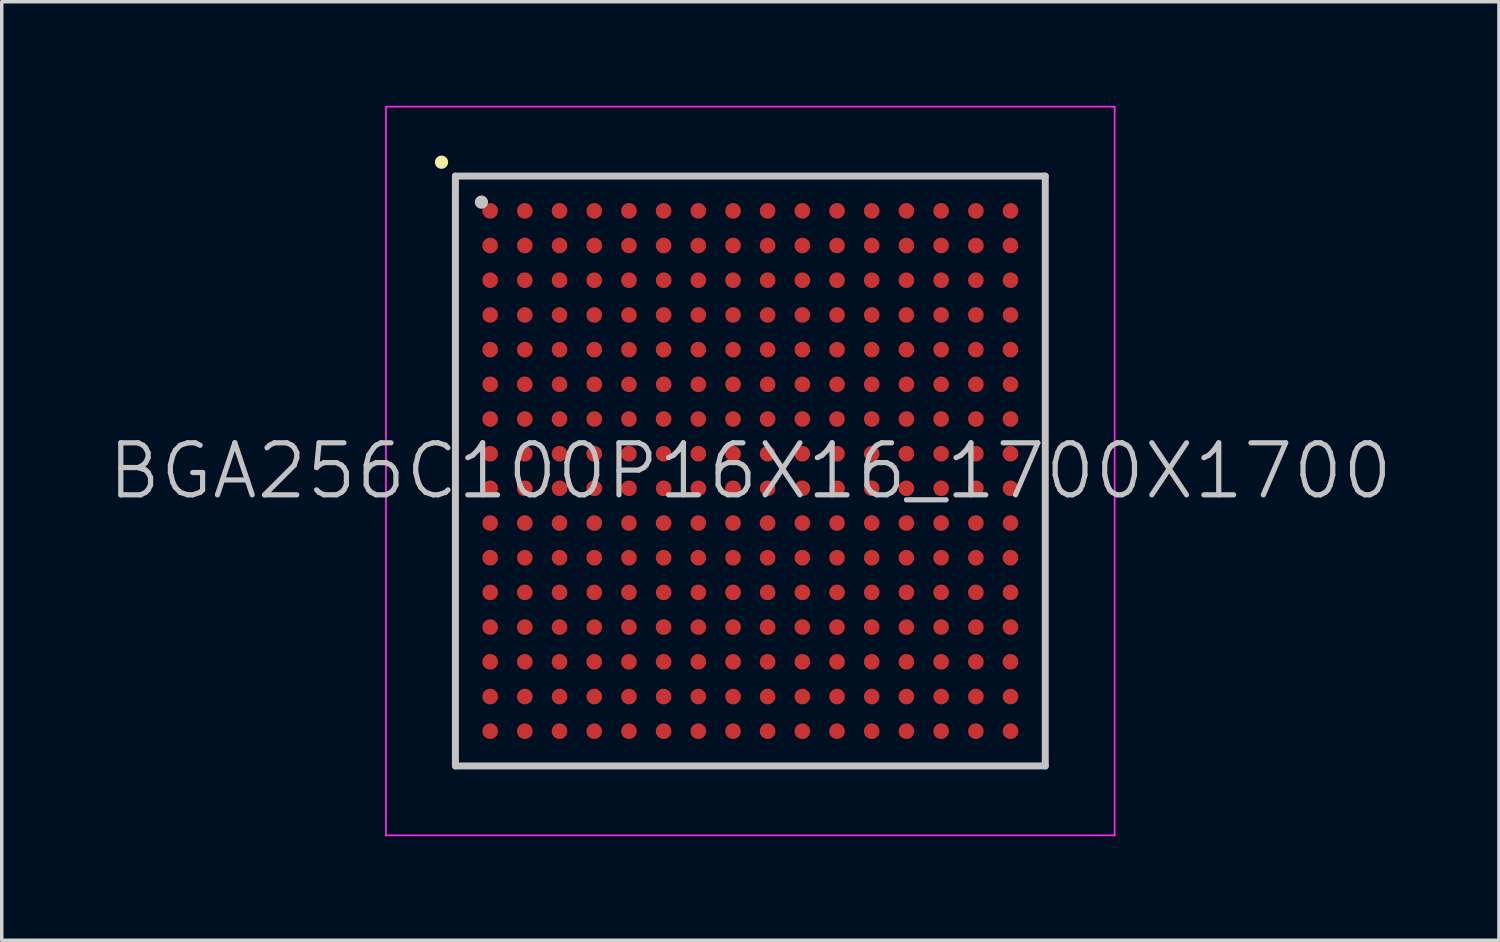
<source format=kicad_pcb>
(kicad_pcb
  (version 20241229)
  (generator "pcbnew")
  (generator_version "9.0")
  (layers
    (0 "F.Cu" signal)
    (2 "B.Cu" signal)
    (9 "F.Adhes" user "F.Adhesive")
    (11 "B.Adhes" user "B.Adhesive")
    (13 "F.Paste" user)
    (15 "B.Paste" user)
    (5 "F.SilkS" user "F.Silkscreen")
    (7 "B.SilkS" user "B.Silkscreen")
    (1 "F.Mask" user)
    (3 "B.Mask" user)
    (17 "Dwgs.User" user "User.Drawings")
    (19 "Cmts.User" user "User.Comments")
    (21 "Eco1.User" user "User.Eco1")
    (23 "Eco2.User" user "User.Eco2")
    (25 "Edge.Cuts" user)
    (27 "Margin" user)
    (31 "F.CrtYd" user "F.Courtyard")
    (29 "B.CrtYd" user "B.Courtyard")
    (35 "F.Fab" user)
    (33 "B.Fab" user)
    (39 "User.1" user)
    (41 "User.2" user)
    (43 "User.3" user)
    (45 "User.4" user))
  (footprint "BGA256C100P16X16_1700X1700"
    (layer "F.Cu")
    (at 18.575 10.525)
    (property "Reference" "BGA256C100P16X16_1700X1700" (at 0 0 0) (layer "Dwgs.User") (effects (font (size 1.5 1.5) (thickness 0.15))))
    (attr smd)
    (fp_line (start -8.9 -8.9) (end -8.9 -8.9) (stroke (width 0.381) (type solid)) (layer "F.SilkS"))
    (fp_line (start -8.5 -8.5) (end -8.5 8.5) (stroke (width 0.2) (type solid)) (layer "Dwgs.User"))
    (fp_line (start -8.5 -8.5) (end 8.5 -8.5) (stroke (width 0.2) (type solid)) (layer "Dwgs.User"))
    (fp_line (start -8.5 8.5) (end 8.5 8.5) (stroke (width 0.2) (type solid)) (layer "Dwgs.User"))
    (fp_line (start -7.75 -7.75) (end -7.75 -7.75) (stroke (width 0.381) (type solid)) (layer "Dwgs.User"))
    (fp_line (start 8.5 -8.5) (end 8.5 8.5) (stroke (width 0.2) (type solid)) (layer "Dwgs.User"))
    (fp_line (start -10.5 -10.5) (end -10.5 10.5) (stroke (width 0.05) (type solid)) (layer "F.CrtYd"))
    (fp_line (start -10.5 -10.5) (end 10.5 -10.5) (stroke (width 0.05) (type solid)) (layer "F.CrtYd"))
    (fp_line (start -10.5 10.5) (end 10.5 10.5) (stroke (width 0.05) (type solid)) (layer "F.CrtYd"))
    (fp_line (start 10.5 -10.5) (end 10.5 10.5) (stroke (width 0.05) (type solid)) (layer "F.CrtYd"))
    (pad "A1" smd circle (at -7.498 -7.498 270) (size 0.45 0.45) (layers "F.Cu" "F.Mask" "F.Paste"))
    (pad "A2" smd circle (at -6.5 -7.498 270) (size 0.45 0.45) (layers "F.Cu" "F.Mask" "F.Paste"))
    (pad "A3" smd circle (at -5.499 -7.498 270) (size 0.45 0.45) (layers "F.Cu" "F.Mask" "F.Paste"))
    (pad "A4" smd circle (at -4.498 -7.498 270) (size 0.45 0.45) (layers "F.Cu" "F.Mask" "F.Paste"))
    (pad "A5" smd circle (at -3.498 -7.498 270) (size 0.45 0.45) (layers "F.Cu" "F.Mask" "F.Paste"))
    (pad "A6" smd circle (at -2.499 -7.498 270) (size 0.45 0.45) (layers "F.Cu" "F.Mask" "F.Paste"))
    (pad "A7" smd circle (at -1.499 -7.498 270) (size 0.45 0.45) (layers "F.Cu" "F.Mask" "F.Paste"))
    (pad "A8" smd circle (at -0.498 -7.498 270) (size 0.45 0.45) (layers "F.Cu" "F.Mask" "F.Paste"))
    (pad "A9" smd circle (at 0.498 -7.498 270) (size 0.45 0.45) (layers "F.Cu" "F.Mask" "F.Paste"))
    (pad "A10" smd circle (at 1.499 -7.498 270) (size 0.45 0.45) (layers "F.Cu" "F.Mask" "F.Paste"))
    (pad "A11" smd circle (at 2.499 -7.498 270) (size 0.45 0.45) (layers "F.Cu" "F.Mask" "F.Paste"))
    (pad "A12" smd circle (at 3.498 -7.498 270) (size 0.45 0.45) (layers "F.Cu" "F.Mask" "F.Paste"))
    (pad "A13" smd circle (at 4.498 -7.498 270) (size 0.45 0.45) (layers "F.Cu" "F.Mask" "F.Paste"))
    (pad "A14" smd circle (at 5.499 -7.498 270) (size 0.45 0.45) (layers "F.Cu" "F.Mask" "F.Paste"))
    (pad "A15" smd circle (at 6.5 -7.498 270) (size 0.45 0.45) (layers "F.Cu" "F.Mask" "F.Paste"))
    (pad "A16" smd circle (at 7.498 -7.498 270) (size 0.45 0.45) (layers "F.Cu" "F.Mask" "F.Paste"))
    (pad "B1" smd circle (at -7.498 -6.5 270) (size 0.45 0.45) (layers "F.Cu" "F.Mask" "F.Paste"))
    (pad "B2" smd circle (at -6.5 -6.5 270) (size 0.45 0.45) (layers "F.Cu" "F.Mask" "F.Paste"))
    (pad "B3" smd circle (at -5.499 -6.5 270) (size 0.45 0.45) (layers "F.Cu" "F.Mask" "F.Paste"))
    (pad "B4" smd circle (at -4.498 -6.5 270) (size 0.45 0.45) (layers "F.Cu" "F.Mask" "F.Paste"))
    (pad "B5" smd circle (at -3.498 -6.5 270) (size 0.45 0.45) (layers "F.Cu" "F.Mask" "F.Paste"))
    (pad "B6" smd circle (at -2.499 -6.5 270) (size 0.45 0.45) (layers "F.Cu" "F.Mask" "F.Paste"))
    (pad "B7" smd circle (at -1.499 -6.5 270) (size 0.45 0.45) (layers "F.Cu" "F.Mask" "F.Paste"))
    (pad "B8" smd circle (at -0.498 -6.5 270) (size 0.45 0.45) (layers "F.Cu" "F.Mask" "F.Paste"))
    (pad "B9" smd circle (at 0.498 -6.5 270) (size 0.45 0.45) (layers "F.Cu" "F.Mask" "F.Paste"))
    (pad "B10" smd circle (at 1.499 -6.5 270) (size 0.45 0.45) (layers "F.Cu" "F.Mask" "F.Paste"))
    (pad "B11" smd circle (at 2.499 -6.5 270) (size 0.45 0.45) (layers "F.Cu" "F.Mask" "F.Paste"))
    (pad "B12" smd circle (at 3.498 -6.5 270) (size 0.45 0.45) (layers "F.Cu" "F.Mask" "F.Paste"))
    (pad "B13" smd circle (at 4.498 -6.5 270) (size 0.45 0.45) (layers "F.Cu" "F.Mask" "F.Paste"))
    (pad "B14" smd circle (at 5.499 -6.5 270) (size 0.45 0.45) (layers "F.Cu" "F.Mask" "F.Paste"))
    (pad "B15" smd circle (at 6.5 -6.5 270) (size 0.45 0.45) (layers "F.Cu" "F.Mask" "F.Paste"))
    (pad "B16" smd circle (at 7.498 -6.5 270) (size 0.45 0.45) (layers "F.Cu" "F.Mask" "F.Paste"))
    (pad "C1" smd circle (at -7.498 -5.499 270) (size 0.45 0.45) (layers "F.Cu" "F.Mask" "F.Paste"))
    (pad "C2" smd circle (at -6.5 -5.499 270) (size 0.45 0.45) (layers "F.Cu" "F.Mask" "F.Paste"))
    (pad "C3" smd circle (at -5.499 -5.499 270) (size 0.45 0.45) (layers "F.Cu" "F.Mask" "F.Paste"))
    (pad "C4" smd circle (at -4.498 -5.499 270) (size 0.45 0.45) (layers "F.Cu" "F.Mask" "F.Paste"))
    (pad "C5" smd circle (at -3.498 -5.499 270) (size 0.45 0.45) (layers "F.Cu" "F.Mask" "F.Paste"))
    (pad "C6" smd circle (at -2.499 -5.499 270) (size 0.45 0.45) (layers "F.Cu" "F.Mask" "F.Paste"))
    (pad "C7" smd circle (at -1.499 -5.499 270) (size 0.45 0.45) (layers "F.Cu" "F.Mask" "F.Paste"))
    (pad "C8" smd circle (at -0.498 -5.499 270) (size 0.45 0.45) (layers "F.Cu" "F.Mask" "F.Paste"))
    (pad "C9" smd circle (at 0.498 -5.499 270) (size 0.45 0.45) (layers "F.Cu" "F.Mask" "F.Paste"))
    (pad "C10" smd circle (at 1.499 -5.499 270) (size 0.45 0.45) (layers "F.Cu" "F.Mask" "F.Paste"))
    (pad "C11" smd circle (at 2.499 -5.499 270) (size 0.45 0.45) (layers "F.Cu" "F.Mask" "F.Paste"))
    (pad "C12" smd circle (at 3.498 -5.499 270) (size 0.45 0.45) (layers "F.Cu" "F.Mask" "F.Paste"))
    (pad "C13" smd circle (at 4.498 -5.499 270) (size 0.45 0.45) (layers "F.Cu" "F.Mask" "F.Paste"))
    (pad "C14" smd circle (at 5.499 -5.499 270) (size 0.45 0.45) (layers "F.Cu" "F.Mask" "F.Paste"))
    (pad "C15" smd circle (at 6.5 -5.499 270) (size 0.45 0.45) (layers "F.Cu" "F.Mask" "F.Paste"))
    (pad "C16" smd circle (at 7.498 -5.499 270) (size 0.45 0.45) (layers "F.Cu" "F.Mask" "F.Paste"))
    (pad "D1" smd circle (at -7.498 -4.498 270) (size 0.45 0.45) (layers "F.Cu" "F.Mask" "F.Paste"))
    (pad "D2" smd circle (at -6.5 -4.498 270) (size 0.45 0.45) (layers "F.Cu" "F.Mask" "F.Paste"))
    (pad "D3" smd circle (at -5.499 -4.498 270) (size 0.45 0.45) (layers "F.Cu" "F.Mask" "F.Paste"))
    (pad "D4" smd circle (at -4.498 -4.498 270) (size 0.45 0.45) (layers "F.Cu" "F.Mask" "F.Paste"))
    (pad "D5" smd circle (at -3.498 -4.498 270) (size 0.45 0.45) (layers "F.Cu" "F.Mask" "F.Paste"))
    (pad "D6" smd circle (at -2.499 -4.498 270) (size 0.45 0.45) (layers "F.Cu" "F.Mask" "F.Paste"))
    (pad "D7" smd circle (at -1.499 -4.498 270) (size 0.45 0.45) (layers "F.Cu" "F.Mask" "F.Paste"))
    (pad "D8" smd circle (at -0.498 -4.498 270) (size 0.45 0.45) (layers "F.Cu" "F.Mask" "F.Paste"))
    (pad "D9" smd circle (at 0.498 -4.498 270) (size 0.45 0.45) (layers "F.Cu" "F.Mask" "F.Paste"))
    (pad "D10" smd circle (at 1.499 -4.498 270) (size 0.45 0.45) (layers "F.Cu" "F.Mask" "F.Paste"))
    (pad "D11" smd circle (at 2.499 -4.498 270) (size 0.45 0.45) (layers "F.Cu" "F.Mask" "F.Paste"))
    (pad "D12" smd circle (at 3.498 -4.498 270) (size 0.45 0.45) (layers "F.Cu" "F.Mask" "F.Paste"))
    (pad "D13" smd circle (at 4.498 -4.498 270) (size 0.45 0.45) (layers "F.Cu" "F.Mask" "F.Paste"))
    (pad "D14" smd circle (at 5.499 -4.498 270) (size 0.45 0.45) (layers "F.Cu" "F.Mask" "F.Paste"))
    (pad "D15" smd circle (at 6.5 -4.498 270) (size 0.45 0.45) (layers "F.Cu" "F.Mask" "F.Paste"))
    (pad "D16" smd circle (at 7.498 -4.498 270) (size 0.45 0.45) (layers "F.Cu" "F.Mask" "F.Paste"))
    (pad "E1" smd circle (at -7.498 -3.498 270) (size 0.45 0.45) (layers "F.Cu" "F.Mask" "F.Paste"))
    (pad "E2" smd circle (at -6.5 -3.498 270) (size 0.45 0.45) (layers "F.Cu" "F.Mask" "F.Paste"))
    (pad "E3" smd circle (at -5.499 -3.498 270) (size 0.45 0.45) (layers "F.Cu" "F.Mask" "F.Paste"))
    (pad "E4" smd circle (at -4.498 -3.498 270) (size 0.45 0.45) (layers "F.Cu" "F.Mask" "F.Paste"))
    (pad "E5" smd circle (at -3.498 -3.498 270) (size 0.45 0.45) (layers "F.Cu" "F.Mask" "F.Paste"))
    (pad "E6" smd circle (at -2.499 -3.498 270) (size 0.45 0.45) (layers "F.Cu" "F.Mask" "F.Paste"))
    (pad "E7" smd circle (at -1.499 -3.498 270) (size 0.45 0.45) (layers "F.Cu" "F.Mask" "F.Paste"))
    (pad "E8" smd circle (at -0.498 -3.498 270) (size 0.45 0.45) (layers "F.Cu" "F.Mask" "F.Paste"))
    (pad "E9" smd circle (at 0.498 -3.498 270) (size 0.45 0.45) (layers "F.Cu" "F.Mask" "F.Paste"))
    (pad "E10" smd circle (at 1.499 -3.498 270) (size 0.45 0.45) (layers "F.Cu" "F.Mask" "F.Paste"))
    (pad "E11" smd circle (at 2.499 -3.498 270) (size 0.45 0.45) (layers "F.Cu" "F.Mask" "F.Paste"))
    (pad "E12" smd circle (at 3.498 -3.498 270) (size 0.45 0.45) (layers "F.Cu" "F.Mask" "F.Paste"))
    (pad "E13" smd circle (at 4.498 -3.498 270) (size 0.45 0.45) (layers "F.Cu" "F.Mask" "F.Paste"))
    (pad "E14" smd circle (at 5.499 -3.498 270) (size 0.45 0.45) (layers "F.Cu" "F.Mask" "F.Paste"))
    (pad "E15" smd circle (at 6.5 -3.498 270) (size 0.45 0.45) (layers "F.Cu" "F.Mask" "F.Paste"))
    (pad "E16" smd circle (at 7.498 -3.498 270) (size 0.45 0.45) (layers "F.Cu" "F.Mask" "F.Paste"))
    (pad "F1" smd circle (at -7.498 -2.499 270) (size 0.45 0.45) (layers "F.Cu" "F.Mask" "F.Paste"))
    (pad "F2" smd circle (at -6.5 -2.499 270) (size 0.45 0.45) (layers "F.Cu" "F.Mask" "F.Paste"))
    (pad "F3" smd circle (at -5.499 -2.499 270) (size 0.45 0.45) (layers "F.Cu" "F.Mask" "F.Paste"))
    (pad "F4" smd circle (at -4.498 -2.499 270) (size 0.45 0.45) (layers "F.Cu" "F.Mask" "F.Paste"))
    (pad "F5" smd circle (at -3.498 -2.499 270) (size 0.45 0.45) (layers "F.Cu" "F.Mask" "F.Paste"))
    (pad "F6" smd circle (at -2.499 -2.499 270) (size 0.45 0.45) (layers "F.Cu" "F.Mask" "F.Paste"))
    (pad "F7" smd circle (at -1.499 -2.499 270) (size 0.45 0.45) (layers "F.Cu" "F.Mask" "F.Paste"))
    (pad "F8" smd circle (at -0.498 -2.499 270) (size 0.45 0.45) (layers "F.Cu" "F.Mask" "F.Paste"))
    (pad "F9" smd circle (at 0.498 -2.499 270) (size 0.45 0.45) (layers "F.Cu" "F.Mask" "F.Paste"))
    (pad "F10" smd circle (at 1.499 -2.499 270) (size 0.45 0.45) (layers "F.Cu" "F.Mask" "F.Paste"))
    (pad "F11" smd circle (at 2.499 -2.499 270) (size 0.45 0.45) (layers "F.Cu" "F.Mask" "F.Paste"))
    (pad "F12" smd circle (at 3.498 -2.499 270) (size 0.45 0.45) (layers "F.Cu" "F.Mask" "F.Paste"))
    (pad "F13" smd circle (at 4.498 -2.499 270) (size 0.45 0.45) (layers "F.Cu" "F.Mask" "F.Paste"))
    (pad "F14" smd circle (at 5.499 -2.499 270) (size 0.45 0.45) (layers "F.Cu" "F.Mask" "F.Paste"))
    (pad "F15" smd circle (at 6.5 -2.499 270) (size 0.45 0.45) (layers "F.Cu" "F.Mask" "F.Paste"))
    (pad "F16" smd circle (at 7.498 -2.499 270) (size 0.45 0.45) (layers "F.Cu" "F.Mask" "F.Paste"))
    (pad "G1" smd circle (at -7.498 -1.499 270) (size 0.45 0.45) (layers "F.Cu" "F.Mask" "F.Paste"))
    (pad "G2" smd circle (at -6.5 -1.499 270) (size 0.45 0.45) (layers "F.Cu" "F.Mask" "F.Paste"))
    (pad "G3" smd circle (at -5.499 -1.499 270) (size 0.45 0.45) (layers "F.Cu" "F.Mask" "F.Paste"))
    (pad "G4" smd circle (at -4.498 -1.499 270) (size 0.45 0.45) (layers "F.Cu" "F.Mask" "F.Paste"))
    (pad "G5" smd circle (at -3.498 -1.499 270) (size 0.45 0.45) (layers "F.Cu" "F.Mask" "F.Paste"))
    (pad "G6" smd circle (at -2.499 -1.499 270) (size 0.45 0.45) (layers "F.Cu" "F.Mask" "F.Paste"))
    (pad "G7" smd circle (at -1.499 -1.499 270) (size 0.45 0.45) (layers "F.Cu" "F.Mask" "F.Paste"))
    (pad "G8" smd circle (at -0.498 -1.499 270) (size 0.45 0.45) (layers "F.Cu" "F.Mask" "F.Paste"))
    (pad "G9" smd circle (at 0.498 -1.499 270) (size 0.45 0.45) (layers "F.Cu" "F.Mask" "F.Paste"))
    (pad "G10" smd circle (at 1.499 -1.499 270) (size 0.45 0.45) (layers "F.Cu" "F.Mask" "F.Paste"))
    (pad "G11" smd circle (at 2.499 -1.499 270) (size 0.45 0.45) (layers "F.Cu" "F.Mask" "F.Paste"))
    (pad "G12" smd circle (at 3.498 -1.499 270) (size 0.45 0.45) (layers "F.Cu" "F.Mask" "F.Paste"))
    (pad "G13" smd circle (at 4.498 -1.499 270) (size 0.45 0.45) (layers "F.Cu" "F.Mask" "F.Paste"))
    (pad "G14" smd circle (at 5.499 -1.499 270) (size 0.45 0.45) (layers "F.Cu" "F.Mask" "F.Paste"))
    (pad "G15" smd circle (at 6.5 -1.499 270) (size 0.45 0.45) (layers "F.Cu" "F.Mask" "F.Paste"))
    (pad "G16" smd circle (at 7.498 -1.499 270) (size 0.45 0.45) (layers "F.Cu" "F.Mask" "F.Paste"))
    (pad "H1" smd circle (at -7.498 -0.498 270) (size 0.45 0.45) (layers "F.Cu" "F.Mask" "F.Paste"))
    (pad "H2" smd circle (at -6.5 -0.498 270) (size 0.45 0.45) (layers "F.Cu" "F.Mask" "F.Paste"))
    (pad "H3" smd circle (at -5.499 -0.498 270) (size 0.45 0.45) (layers "F.Cu" "F.Mask" "F.Paste"))
    (pad "H4" smd circle (at -4.498 -0.498 270) (size 0.45 0.45) (layers "F.Cu" "F.Mask" "F.Paste"))
    (pad "H5" smd circle (at -3.498 -0.498 270) (size 0.45 0.45) (layers "F.Cu" "F.Mask" "F.Paste"))
    (pad "H6" smd circle (at -2.499 -0.498 270) (size 0.45 0.45) (layers "F.Cu" "F.Mask" "F.Paste"))
    (pad "H7" smd circle (at -1.499 -0.498 270) (size 0.45 0.45) (layers "F.Cu" "F.Mask" "F.Paste"))
    (pad "H8" smd circle (at -0.498 -0.498 270) (size 0.45 0.45) (layers "F.Cu" "F.Mask" "F.Paste"))
    (pad "H9" smd circle (at 0.498 -0.498 270) (size 0.45 0.45) (layers "F.Cu" "F.Mask" "F.Paste"))
    (pad "H10" smd circle (at 1.499 -0.498 270) (size 0.45 0.45) (layers "F.Cu" "F.Mask" "F.Paste"))
    (pad "H11" smd circle (at 2.499 -0.498 270) (size 0.45 0.45) (layers "F.Cu" "F.Mask" "F.Paste"))
    (pad "H12" smd circle (at 3.498 -0.498 270) (size 0.45 0.45) (layers "F.Cu" "F.Mask" "F.Paste"))
    (pad "H13" smd circle (at 4.498 -0.498 270) (size 0.45 0.45) (layers "F.Cu" "F.Mask" "F.Paste"))
    (pad "H14" smd circle (at 5.499 -0.498 270) (size 0.45 0.45) (layers "F.Cu" "F.Mask" "F.Paste"))
    (pad "H15" smd circle (at 6.5 -0.498 270) (size 0.45 0.45) (layers "F.Cu" "F.Mask" "F.Paste"))
    (pad "H16" smd circle (at 7.498 -0.498 270) (size 0.45 0.45) (layers "F.Cu" "F.Mask" "F.Paste"))
    (pad "J1" smd circle (at -7.498 0.498 270) (size 0.45 0.45) (layers "F.Cu" "F.Mask" "F.Paste"))
    (pad "J2" smd circle (at -6.5 0.498 270) (size 0.45 0.45) (layers "F.Cu" "F.Mask" "F.Paste"))
    (pad "J3" smd circle (at -5.499 0.498 270) (size 0.45 0.45) (layers "F.Cu" "F.Mask" "F.Paste"))
    (pad "J4" smd circle (at -4.498 0.498 270) (size 0.45 0.45) (layers "F.Cu" "F.Mask" "F.Paste"))
    (pad "J5" smd circle (at -3.498 0.498 270) (size 0.45 0.45) (layers "F.Cu" "F.Mask" "F.Paste"))
    (pad "J6" smd circle (at -2.499 0.498 270) (size 0.45 0.45) (layers "F.Cu" "F.Mask" "F.Paste"))
    (pad "J7" smd circle (at -1.499 0.498 270) (size 0.45 0.45) (layers "F.Cu" "F.Mask" "F.Paste"))
    (pad "J8" smd circle (at -0.498 0.498 270) (size 0.45 0.45) (layers "F.Cu" "F.Mask" "F.Paste"))
    (pad "J9" smd circle (at 0.498 0.498 270) (size 0.45 0.45) (layers "F.Cu" "F.Mask" "F.Paste"))
    (pad "J10" smd circle (at 1.499 0.498 270) (size 0.45 0.45) (layers "F.Cu" "F.Mask" "F.Paste"))
    (pad "J11" smd circle (at 2.499 0.498 270) (size 0.45 0.45) (layers "F.Cu" "F.Mask" "F.Paste"))
    (pad "J12" smd circle (at 3.498 0.498 270) (size 0.45 0.45) (layers "F.Cu" "F.Mask" "F.Paste"))
    (pad "J13" smd circle (at 4.498 0.498 270) (size 0.45 0.45) (layers "F.Cu" "F.Mask" "F.Paste"))
    (pad "J14" smd circle (at 5.499 0.498 270) (size 0.45 0.45) (layers "F.Cu" "F.Mask" "F.Paste"))
    (pad "J15" smd circle (at 6.5 0.498 270) (size 0.45 0.45) (layers "F.Cu" "F.Mask" "F.Paste"))
    (pad "J16" smd circle (at 7.498 0.498 270) (size 0.45 0.45) (layers "F.Cu" "F.Mask" "F.Paste"))
    (pad "K1" smd circle (at -7.498 1.499 270) (size 0.45 0.45) (layers "F.Cu" "F.Mask" "F.Paste"))
    (pad "K2" smd circle (at -6.5 1.499 270) (size 0.45 0.45) (layers "F.Cu" "F.Mask" "F.Paste"))
    (pad "K3" smd circle (at -5.499 1.499 270) (size 0.45 0.45) (layers "F.Cu" "F.Mask" "F.Paste"))
    (pad "K4" smd circle (at -4.498 1.499 270) (size 0.45 0.45) (layers "F.Cu" "F.Mask" "F.Paste"))
    (pad "K5" smd circle (at -3.498 1.499 270) (size 0.45 0.45) (layers "F.Cu" "F.Mask" "F.Paste"))
    (pad "K6" smd circle (at -2.499 1.499 270) (size 0.45 0.45) (layers "F.Cu" "F.Mask" "F.Paste"))
    (pad "K7" smd circle (at -1.499 1.499 270) (size 0.45 0.45) (layers "F.Cu" "F.Mask" "F.Paste"))
    (pad "K8" smd circle (at -0.498 1.499 270) (size 0.45 0.45) (layers "F.Cu" "F.Mask" "F.Paste"))
    (pad "K9" smd circle (at 0.498 1.499 270) (size 0.45 0.45) (layers "F.Cu" "F.Mask" "F.Paste"))
    (pad "K10" smd circle (at 1.499 1.499 270) (size 0.45 0.45) (layers "F.Cu" "F.Mask" "F.Paste"))
    (pad "K11" smd circle (at 2.499 1.499 270) (size 0.45 0.45) (layers "F.Cu" "F.Mask" "F.Paste"))
    (pad "K12" smd circle (at 3.498 1.499 270) (size 0.45 0.45) (layers "F.Cu" "F.Mask" "F.Paste"))
    (pad "K13" smd circle (at 4.498 1.499 270) (size 0.45 0.45) (layers "F.Cu" "F.Mask" "F.Paste"))
    (pad "K14" smd circle (at 5.499 1.499 270) (size 0.45 0.45) (layers "F.Cu" "F.Mask" "F.Paste"))
    (pad "K15" smd circle (at 6.5 1.499 270) (size 0.45 0.45) (layers "F.Cu" "F.Mask" "F.Paste"))
    (pad "K16" smd circle (at 7.498 1.499 270) (size 0.45 0.45) (layers "F.Cu" "F.Mask" "F.Paste"))
    (pad "L1" smd circle (at -7.498 2.499 270) (size 0.45 0.45) (layers "F.Cu" "F.Mask" "F.Paste"))
    (pad "L2" smd circle (at -6.5 2.499 270) (size 0.45 0.45) (layers "F.Cu" "F.Mask" "F.Paste"))
    (pad "L3" smd circle (at -5.499 2.499 270) (size 0.45 0.45) (layers "F.Cu" "F.Mask" "F.Paste"))
    (pad "L4" smd circle (at -4.498 2.499 270) (size 0.45 0.45) (layers "F.Cu" "F.Mask" "F.Paste"))
    (pad "L5" smd circle (at -3.498 2.499 270) (size 0.45 0.45) (layers "F.Cu" "F.Mask" "F.Paste"))
    (pad "L6" smd circle (at -2.499 2.499 270) (size 0.45 0.45) (layers "F.Cu" "F.Mask" "F.Paste"))
    (pad "L7" smd circle (at -1.499 2.499 270) (size 0.45 0.45) (layers "F.Cu" "F.Mask" "F.Paste"))
    (pad "L8" smd circle (at -0.498 2.499 270) (size 0.45 0.45) (layers "F.Cu" "F.Mask" "F.Paste"))
    (pad "L9" smd circle (at 0.498 2.499 270) (size 0.45 0.45) (layers "F.Cu" "F.Mask" "F.Paste"))
    (pad "L10" smd circle (at 1.499 2.499 270) (size 0.45 0.45) (layers "F.Cu" "F.Mask" "F.Paste"))
    (pad "L11" smd circle (at 2.499 2.499 270) (size 0.45 0.45) (layers "F.Cu" "F.Mask" "F.Paste"))
    (pad "L12" smd circle (at 3.498 2.499 270) (size 0.45 0.45) (layers "F.Cu" "F.Mask" "F.Paste"))
    (pad "L13" smd circle (at 4.498 2.499 270) (size 0.45 0.45) (layers "F.Cu" "F.Mask" "F.Paste"))
    (pad "L14" smd circle (at 5.499 2.499 270) (size 0.45 0.45) (layers "F.Cu" "F.Mask" "F.Paste"))
    (pad "L15" smd circle (at 6.5 2.499 270) (size 0.45 0.45) (layers "F.Cu" "F.Mask" "F.Paste"))
    (pad "L16" smd circle (at 7.498 2.499 270) (size 0.45 0.45) (layers "F.Cu" "F.Mask" "F.Paste"))
    (pad "M1" smd circle (at -7.498 3.498 270) (size 0.45 0.45) (layers "F.Cu" "F.Mask" "F.Paste"))
    (pad "M2" smd circle (at -6.5 3.498 270) (size 0.45 0.45) (layers "F.Cu" "F.Mask" "F.Paste"))
    (pad "M3" smd circle (at -5.499 3.498 270) (size 0.45 0.45) (layers "F.Cu" "F.Mask" "F.Paste"))
    (pad "M4" smd circle (at -4.498 3.498 270) (size 0.45 0.45) (layers "F.Cu" "F.Mask" "F.Paste"))
    (pad "M5" smd circle (at -3.498 3.498 270) (size 0.45 0.45) (layers "F.Cu" "F.Mask" "F.Paste"))
    (pad "M6" smd circle (at -2.499 3.498 270) (size 0.45 0.45) (layers "F.Cu" "F.Mask" "F.Paste"))
    (pad "M7" smd circle (at -1.499 3.498 270) (size 0.45 0.45) (layers "F.Cu" "F.Mask" "F.Paste"))
    (pad "M8" smd circle (at -0.498 3.498 270) (size 0.45 0.45) (layers "F.Cu" "F.Mask" "F.Paste"))
    (pad "M9" smd circle (at 0.498 3.498 270) (size 0.45 0.45) (layers "F.Cu" "F.Mask" "F.Paste"))
    (pad "M10" smd circle (at 1.499 3.498 270) (size 0.45 0.45) (layers "F.Cu" "F.Mask" "F.Paste"))
    (pad "M11" smd circle (at 2.499 3.498 270) (size 0.45 0.45) (layers "F.Cu" "F.Mask" "F.Paste"))
    (pad "M12" smd circle (at 3.498 3.498 270) (size 0.45 0.45) (layers "F.Cu" "F.Mask" "F.Paste"))
    (pad "M13" smd circle (at 4.498 3.498 270) (size 0.45 0.45) (layers "F.Cu" "F.Mask" "F.Paste"))
    (pad "M14" smd circle (at 5.499 3.498 270) (size 0.45 0.45) (layers "F.Cu" "F.Mask" "F.Paste"))
    (pad "M15" smd circle (at 6.5 3.498 270) (size 0.45 0.45) (layers "F.Cu" "F.Mask" "F.Paste"))
    (pad "M16" smd circle (at 7.498 3.498 270) (size 0.45 0.45) (layers "F.Cu" "F.Mask" "F.Paste"))
    (pad "N1" smd circle (at -7.498 4.498 270) (size 0.45 0.45) (layers "F.Cu" "F.Mask" "F.Paste"))
    (pad "N2" smd circle (at -6.5 4.498 270) (size 0.45 0.45) (layers "F.Cu" "F.Mask" "F.Paste"))
    (pad "N3" smd circle (at -5.499 4.498 270) (size 0.45 0.45) (layers "F.Cu" "F.Mask" "F.Paste"))
    (pad "N4" smd circle (at -4.498 4.498 270) (size 0.45 0.45) (layers "F.Cu" "F.Mask" "F.Paste"))
    (pad "N5" smd circle (at -3.498 4.498 270) (size 0.45 0.45) (layers "F.Cu" "F.Mask" "F.Paste"))
    (pad "N6" smd circle (at -2.499 4.498 270) (size 0.45 0.45) (layers "F.Cu" "F.Mask" "F.Paste"))
    (pad "N7" smd circle (at -1.499 4.498 270) (size 0.45 0.45) (layers "F.Cu" "F.Mask" "F.Paste"))
    (pad "N8" smd circle (at -0.498 4.498 270) (size 0.45 0.45) (layers "F.Cu" "F.Mask" "F.Paste"))
    (pad "N9" smd circle (at 0.498 4.498 270) (size 0.45 0.45) (layers "F.Cu" "F.Mask" "F.Paste"))
    (pad "N10" smd circle (at 1.499 4.498 270) (size 0.45 0.45) (layers "F.Cu" "F.Mask" "F.Paste"))
    (pad "N11" smd circle (at 2.499 4.498 270) (size 0.45 0.45) (layers "F.Cu" "F.Mask" "F.Paste"))
    (pad "N12" smd circle (at 3.498 4.498 270) (size 0.45 0.45) (layers "F.Cu" "F.Mask" "F.Paste"))
    (pad "N13" smd circle (at 4.498 4.498 270) (size 0.45 0.45) (layers "F.Cu" "F.Mask" "F.Paste"))
    (pad "N14" smd circle (at 5.499 4.498 270) (size 0.45 0.45) (layers "F.Cu" "F.Mask" "F.Paste"))
    (pad "N15" smd circle (at 6.5 4.498 270) (size 0.45 0.45) (layers "F.Cu" "F.Mask" "F.Paste"))
    (pad "N16" smd circle (at 7.498 4.498 270) (size 0.45 0.45) (layers "F.Cu" "F.Mask" "F.Paste"))
    (pad "P1" smd circle (at -7.498 5.499 270) (size 0.45 0.45) (layers "F.Cu" "F.Mask" "F.Paste"))
    (pad "P2" smd circle (at -6.5 5.499 270) (size 0.45 0.45) (layers "F.Cu" "F.Mask" "F.Paste"))
    (pad "P3" smd circle (at -5.499 5.499 270) (size 0.45 0.45) (layers "F.Cu" "F.Mask" "F.Paste"))
    (pad "P4" smd circle (at -4.498 5.499 270) (size 0.45 0.45) (layers "F.Cu" "F.Mask" "F.Paste"))
    (pad "P5" smd circle (at -3.498 5.499 270) (size 0.45 0.45) (layers "F.Cu" "F.Mask" "F.Paste"))
    (pad "P6" smd circle (at -2.499 5.499 270) (size 0.45 0.45) (layers "F.Cu" "F.Mask" "F.Paste"))
    (pad "P7" smd circle (at -1.499 5.499 270) (size 0.45 0.45) (layers "F.Cu" "F.Mask" "F.Paste"))
    (pad "P8" smd circle (at -0.498 5.499 270) (size 0.45 0.45) (layers "F.Cu" "F.Mask" "F.Paste"))
    (pad "P9" smd circle (at 0.498 5.499 270) (size 0.45 0.45) (layers "F.Cu" "F.Mask" "F.Paste"))
    (pad "P10" smd circle (at 1.499 5.499 270) (size 0.45 0.45) (layers "F.Cu" "F.Mask" "F.Paste"))
    (pad "P11" smd circle (at 2.499 5.499 270) (size 0.45 0.45) (layers "F.Cu" "F.Mask" "F.Paste"))
    (pad "P12" smd circle (at 3.498 5.499 270) (size 0.45 0.45) (layers "F.Cu" "F.Mask" "F.Paste"))
    (pad "P13" smd circle (at 4.498 5.499 270) (size 0.45 0.45) (layers "F.Cu" "F.Mask" "F.Paste"))
    (pad "P14" smd circle (at 5.499 5.499 270) (size 0.45 0.45) (layers "F.Cu" "F.Mask" "F.Paste"))
    (pad "P15" smd circle (at 6.5 5.499 270) (size 0.45 0.45) (layers "F.Cu" "F.Mask" "F.Paste"))
    (pad "P16" smd circle (at 7.498 5.499 270) (size 0.45 0.45) (layers "F.Cu" "F.Mask" "F.Paste"))
    (pad "R1" smd circle (at -7.498 6.5 270) (size 0.45 0.45) (layers "F.Cu" "F.Mask" "F.Paste"))
    (pad "R2" smd circle (at -6.5 6.5 270) (size 0.45 0.45) (layers "F.Cu" "F.Mask" "F.Paste"))
    (pad "R3" smd circle (at -5.499 6.5 270) (size 0.45 0.45) (layers "F.Cu" "F.Mask" "F.Paste"))
    (pad "R4" smd circle (at -4.498 6.5 270) (size 0.45 0.45) (layers "F.Cu" "F.Mask" "F.Paste"))
    (pad "R5" smd circle (at -3.498 6.5 270) (size 0.45 0.45) (layers "F.Cu" "F.Mask" "F.Paste"))
    (pad "R6" smd circle (at -2.499 6.5 270) (size 0.45 0.45) (layers "F.Cu" "F.Mask" "F.Paste"))
    (pad "R7" smd circle (at -1.499 6.5 270) (size 0.45 0.45) (layers "F.Cu" "F.Mask" "F.Paste"))
    (pad "R8" smd circle (at -0.498 6.5 270) (size 0.45 0.45) (layers "F.Cu" "F.Mask" "F.Paste"))
    (pad "R9" smd circle (at 0.498 6.5 270) (size 0.45 0.45) (layers "F.Cu" "F.Mask" "F.Paste"))
    (pad "R10" smd circle (at 1.499 6.5 270) (size 0.45 0.45) (layers "F.Cu" "F.Mask" "F.Paste"))
    (pad "R11" smd circle (at 2.499 6.5 270) (size 0.45 0.45) (layers "F.Cu" "F.Mask" "F.Paste"))
    (pad "R12" smd circle (at 3.498 6.5 270) (size 0.45 0.45) (layers "F.Cu" "F.Mask" "F.Paste"))
    (pad "R13" smd circle (at 4.498 6.5 270) (size 0.45 0.45) (layers "F.Cu" "F.Mask" "F.Paste"))
    (pad "R14" smd circle (at 5.499 6.5 270) (size 0.45 0.45) (layers "F.Cu" "F.Mask" "F.Paste"))
    (pad "R15" smd circle (at 6.5 6.5 270) (size 0.45 0.45) (layers "F.Cu" "F.Mask" "F.Paste"))
    (pad "R16" smd circle (at 7.498 6.5 270) (size 0.45 0.45) (layers "F.Cu" "F.Mask" "F.Paste"))
    (pad "T1" smd circle (at -7.498 7.498 270) (size 0.45 0.45) (layers "F.Cu" "F.Mask" "F.Paste"))
    (pad "T2" smd circle (at -6.5 7.498 270) (size 0.45 0.45) (layers "F.Cu" "F.Mask" "F.Paste"))
    (pad "T3" smd circle (at -5.499 7.498 270) (size 0.45 0.45) (layers "F.Cu" "F.Mask" "F.Paste"))
    (pad "T4" smd circle (at -4.498 7.498 270) (size 0.45 0.45) (layers "F.Cu" "F.Mask" "F.Paste"))
    (pad "T5" smd circle (at -3.498 7.498 270) (size 0.45 0.45) (layers "F.Cu" "F.Mask" "F.Paste"))
    (pad "T6" smd circle (at -2.499 7.498 270) (size 0.45 0.45) (layers "F.Cu" "F.Mask" "F.Paste"))
    (pad "T7" smd circle (at -1.499 7.498 270) (size 0.45 0.45) (layers "F.Cu" "F.Mask" "F.Paste"))
    (pad "T8" smd circle (at -0.498 7.498 270) (size 0.45 0.45) (layers "F.Cu" "F.Mask" "F.Paste"))
    (pad "T9" smd circle (at 0.498 7.498 270) (size 0.45 0.45) (layers "F.Cu" "F.Mask" "F.Paste"))
    (pad "T10" smd circle (at 1.499 7.498 270) (size 0.45 0.45) (layers "F.Cu" "F.Mask" "F.Paste"))
    (pad "T11" smd circle (at 2.499 7.498 270) (size 0.45 0.45) (layers "F.Cu" "F.Mask" "F.Paste"))
    (pad "T12" smd circle (at 3.498 7.498 270) (size 0.45 0.45) (layers "F.Cu" "F.Mask" "F.Paste"))
    (pad "T13" smd circle (at 4.498 7.498 270) (size 0.45 0.45) (layers "F.Cu" "F.Mask" "F.Paste"))
    (pad "T14" smd circle (at 5.499 7.498 270) (size 0.45 0.45) (layers "F.Cu" "F.Mask" "F.Paste"))
    (pad "T15" smd circle (at 6.5 7.498 270) (size 0.45 0.45) (layers "F.Cu" "F.Mask" "F.Paste"))
    (pad "T16" smd circle (at 7.498 7.498 270) (size 0.45 0.45) (layers "F.Cu" "F.Mask" "F.Paste")))
  (gr_rect
    (start -3 -3)
    (end 40.15 24.05)
    (stroke (width 0.1) (type default))
    (fill no)
    (layer "Edge.Cuts")))
</source>
